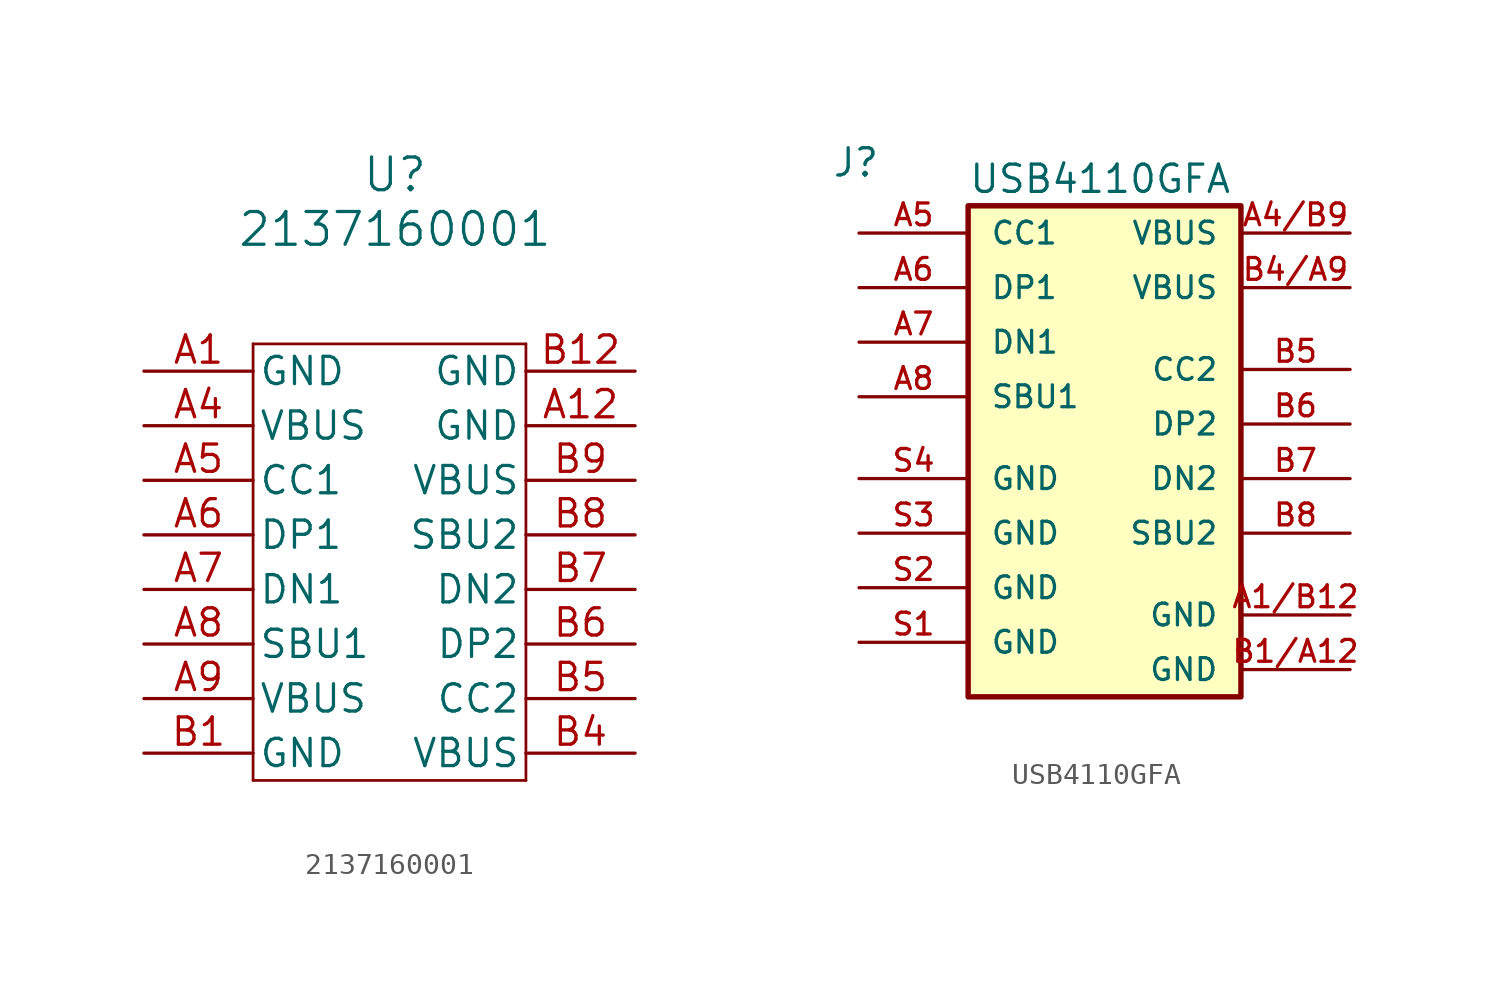
<source format=kicad_sym>
(kicad_symbol_lib
  (version 20231120)
  (generator "kicad_symbol_editor")
  (generator_version "8.0")
  (symbol "2137160001"
    (pin_names
      (offset 0.254))
    (property "Reference" "U"
      (at 14.224 9.144 0)
      (effects (font (size 1.524 1.524))))
    (property "Value" "2137160001"
      (at 14.224 6.604 0)
      (effects (font (size 1.524 1.524))))
    (symbol "2137160001_0_1"
      (polyline (pts (xy 7.62 1.27) (xy 7.62 -19.05)) (stroke (width 0.127) (type default)) (fill (type none)))
      (polyline (pts (xy 20.32 -19.05) (xy 20.32 1.27)) (stroke (width 0.127) (type default)) (fill (type none))))
    (symbol "2137160001_1_1"
      (polyline (pts (xy 7.62 -19.05) (xy 20.32 -19.05)) (stroke (width 0.127) (type default)) (fill (type none)))
      (polyline (pts (xy 20.32 1.27) (xy 7.62 1.27)) (stroke (width 0.127) (type default)) (fill (type none)))
      (pin power_out line (at 2.54 0 0) (length 5.08) (name "GND" (effects (font (size 1.27 1.27)))) (number "A1" (effects (font (size 1.27 1.27)))))
      (pin power_out line (at 25.4 -2.54 180) (length 5.08) (name "GND" (effects (font (size 1.27 1.27)))) (number "A12" (effects (font (size 1.27 1.27)))))
      (pin power_out line (at 2.54 -2.54 0) (length 5.08) (name "VBUS" (effects (font (size 1.27 1.27)))) (number "A4" (effects (font (size 1.27 1.27)))))
      (pin bidirectional line (at 2.54 -5.08 0) (length 5.08) (name "CC1" (effects (font (size 1.27 1.27)))) (number "A5" (effects (font (size 1.27 1.27)))))
      (pin bidirectional line (at 2.54 -7.62 0) (length 5.08) (name "DP1" (effects (font (size 1.27 1.27)))) (number "A6" (effects (font (size 1.27 1.27)))))
      (pin bidirectional line (at 2.54 -10.16 0) (length 5.08) (name "DN1" (effects (font (size 1.27 1.27)))) (number "A7" (effects (font (size 1.27 1.27)))))
      (pin bidirectional line (at 2.54 -12.7 0) (length 5.08) (name "SBU1" (effects (font (size 1.27 1.27)))) (number "A8" (effects (font (size 1.27 1.27)))))
      (pin power_out line (at 2.54 -15.24 0) (length 5.08) (name "VBUS" (effects (font (size 1.27 1.27)))) (number "A9" (effects (font (size 1.27 1.27)))))
      (pin power_out line (at 2.54 -17.78 0) (length 5.08) (name "GND" (effects (font (size 1.27 1.27)))) (number "B1" (effects (font (size 1.27 1.27)))))
      (pin power_out line (at 25.4 0 180) (length 5.08) (name "GND" (effects (font (size 1.27 1.27)))) (number "B12" (effects (font (size 1.27 1.27)))))
      (pin power_out line (at 25.4 -17.78 180) (length 5.08) (name "VBUS" (effects (font (size 1.27 1.27)))) (number "B4" (effects (font (size 1.27 1.27)))))
      (pin bidirectional line (at 25.4 -15.24 180) (length 5.08) (name "CC2" (effects (font (size 1.27 1.27)))) (number "B5" (effects (font (size 1.27 1.27)))))
      (pin bidirectional line (at 25.4 -12.7 180) (length 5.08) (name "DP2" (effects (font (size 1.27 1.27)))) (number "B6" (effects (font (size 1.27 1.27)))))
      (pin bidirectional line (at 25.4 -10.16 180) (length 5.08) (name "DN2" (effects (font (size 1.27 1.27)))) (number "B7" (effects (font (size 1.27 1.27)))))
      (pin bidirectional line (at 25.4 -7.62 180) (length 5.08) (name "SBU2" (effects (font (size 1.27 1.27)))) (number "B8" (effects (font (size 1.27 1.27)))))
      (pin power_out line (at 25.4 -5.08 180) (length 5.08) (name "VBUS" (effects (font (size 1.27 1.27)))) (number "B9" (effects (font (size 1.27 1.27)))))))
  (symbol "USB4110GFA"
    (pin_names
      (offset 1.016))
    (property "Reference" "J"
      (at -12.7 11.43 0)
      (effects (font (size 1.27 1.27)) (justify left bottom)))
    (property "Value" "USB4110GFA"
      (at -6.35 10.668 0)
      (effects (font (size 1.27 1.27)) (justify left bottom)))
    (symbol "USB4110GFA_0_0"
      (rectangle (start -6.35 10.16) (end 6.35 -12.7) (stroke (width 0.254) (type default)) (fill (type background)))
      (pin power_in line (at 11.43 -8.89 180) (length 5.08) (name "GND" (effects (font (size 1.016 1.016)))) (number "A1/B12" (effects (font (size 1.016 1.016)))))
      (pin power_in line (at 11.43 8.89 180) (length 5.08) (name "VBUS" (effects (font (size 1.016 1.016)))) (number "A4/B9" (effects (font (size 1.016 1.016)))))
      (pin bidirectional line (at -11.43 8.89 0) (length 5.08) (name "CC1" (effects (font (size 1.016 1.016)))) (number "A5" (effects (font (size 1.016 1.016)))))
      (pin bidirectional line (at -11.43 6.35 0) (length 5.08) (name "DP1" (effects (font (size 1.016 1.016)))) (number "A6" (effects (font (size 1.016 1.016)))))
      (pin bidirectional line (at -11.43 3.81 0) (length 5.08) (name "DN1" (effects (font (size 1.016 1.016)))) (number "A7" (effects (font (size 1.016 1.016)))))
      (pin bidirectional line (at -11.43 1.27 0) (length 5.08) (name "SBU1" (effects (font (size 1.016 1.016)))) (number "A8" (effects (font (size 1.016 1.016)))))
      (pin power_in line (at 11.43 -11.43 180) (length 5.08) (name "GND" (effects (font (size 1.016 1.016)))) (number "B1/A12" (effects (font (size 1.016 1.016)))))
      (pin power_in line (at 11.43 6.35 180) (length 5.08) (name "VBUS" (effects (font (size 1.016 1.016)))) (number "B4/A9" (effects (font (size 1.016 1.016)))))
      (pin bidirectional line (at 11.43 2.54 180) (length 5.08) (name "CC2" (effects (font (size 1.016 1.016)))) (number "B5" (effects (font (size 1.016 1.016)))))
      (pin bidirectional line (at 11.43 0 180) (length 5.08) (name "DP2" (effects (font (size 1.016 1.016)))) (number "B6" (effects (font (size 1.016 1.016)))))
      (pin bidirectional line (at 11.43 -2.54 180) (length 5.08) (name "DN2" (effects (font (size 1.016 1.016)))) (number "B7" (effects (font (size 1.016 1.016)))))
      (pin bidirectional line (at 11.43 -5.08 180) (length 5.08) (name "SBU2" (effects (font (size 1.016 1.016)))) (number "B8" (effects (font (size 1.016 1.016)))))
      (pin power_in line (at -11.43 -10.16 0) (length 5.08) (name "GND" (effects (font (size 1.016 1.016)))) (number "S1" (effects (font (size 1.016 1.016)))))
      (pin power_in line (at -11.43 -7.62 0) (length 5.08) (name "GND" (effects (font (size 1.016 1.016)))) (number "S2" (effects (font (size 1.016 1.016)))))
      (pin power_in line (at -11.43 -5.08 0) (length 5.08) (name "GND" (effects (font (size 1.016 1.016)))) (number "S3" (effects (font (size 1.016 1.016)))))
      (pin power_in line (at -11.43 -2.54 0) (length 5.08) (name "GND" (effects (font (size 1.016 1.016)))) (number "S4" (effects (font (size 1.016 1.016))))))))
</source>
